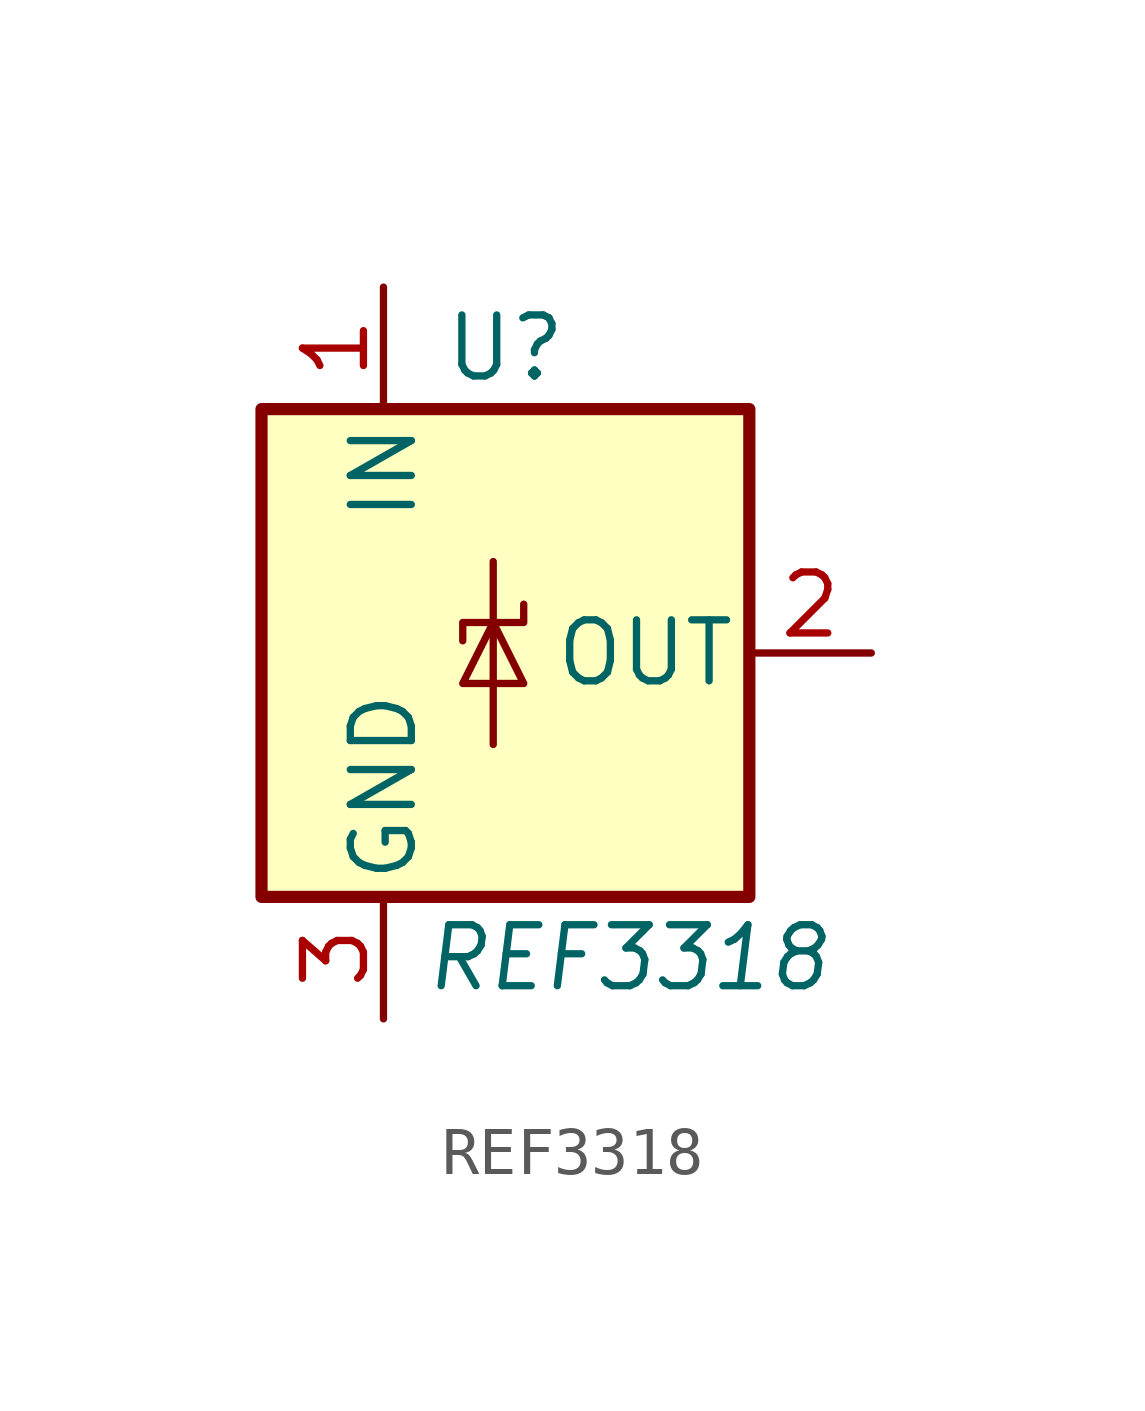
<source format=kicad_sym>
(kicad_symbol_lib
  (version 20220914)
  (generator kicad_symbol_editor)
  (symbol "REF3318"
    (pin_names
      (offset 0.254))
    (property "Reference" "U"
      (at 0 6.35 0)
      (effects (font (size 1.27 1.27))))
    (property "Value" "REF3318"
      (at 2.54 -6.35 0)
      (effects (font (size 1.27 1.27) italic)))
    (symbol "REF3318_0_1"
      (rectangle (start -5.08 5.08) (end 5.08 -5.08) (stroke (width 0.254) (type default)) (fill (type background)))
      (polyline (pts (xy -0.254 1.905) (xy -0.254 -1.905)) (stroke (width 0) (type default)) (fill (type none)))
      (polyline (pts (xy -0.889 -0.635) (xy 0.381 -0.635) (xy -0.254 0.635) (xy -0.889 -0.635)) (stroke (width 0) (type default)) (fill (type none)))
      (polyline (pts (xy 0.381 1.016) (xy 0.381 0.635) (xy -0.889 0.635) (xy -0.889 0.254)) (stroke (width 0) (type default)) (fill (type none))))
    (symbol "REF3318_1_1"
      (pin power_in line (at -2.54 7.62 270) (length 2.54) (name "IN" (effects (font (size 1.27 1.27)))) (number "1" (effects (font (size 1.27 1.27)))))
      (pin power_out line (at 7.62 0 180) (length 2.54) (name "OUT" (effects (font (size 1.27 1.27)))) (number "2" (effects (font (size 1.27 1.27)))))
      (pin power_in line (at -2.54 -7.62 90) (length 2.54) (name "GND" (effects (font (size 1.27 1.27)))) (number "3" (effects (font (size 1.27 1.27))))))))
</source>
